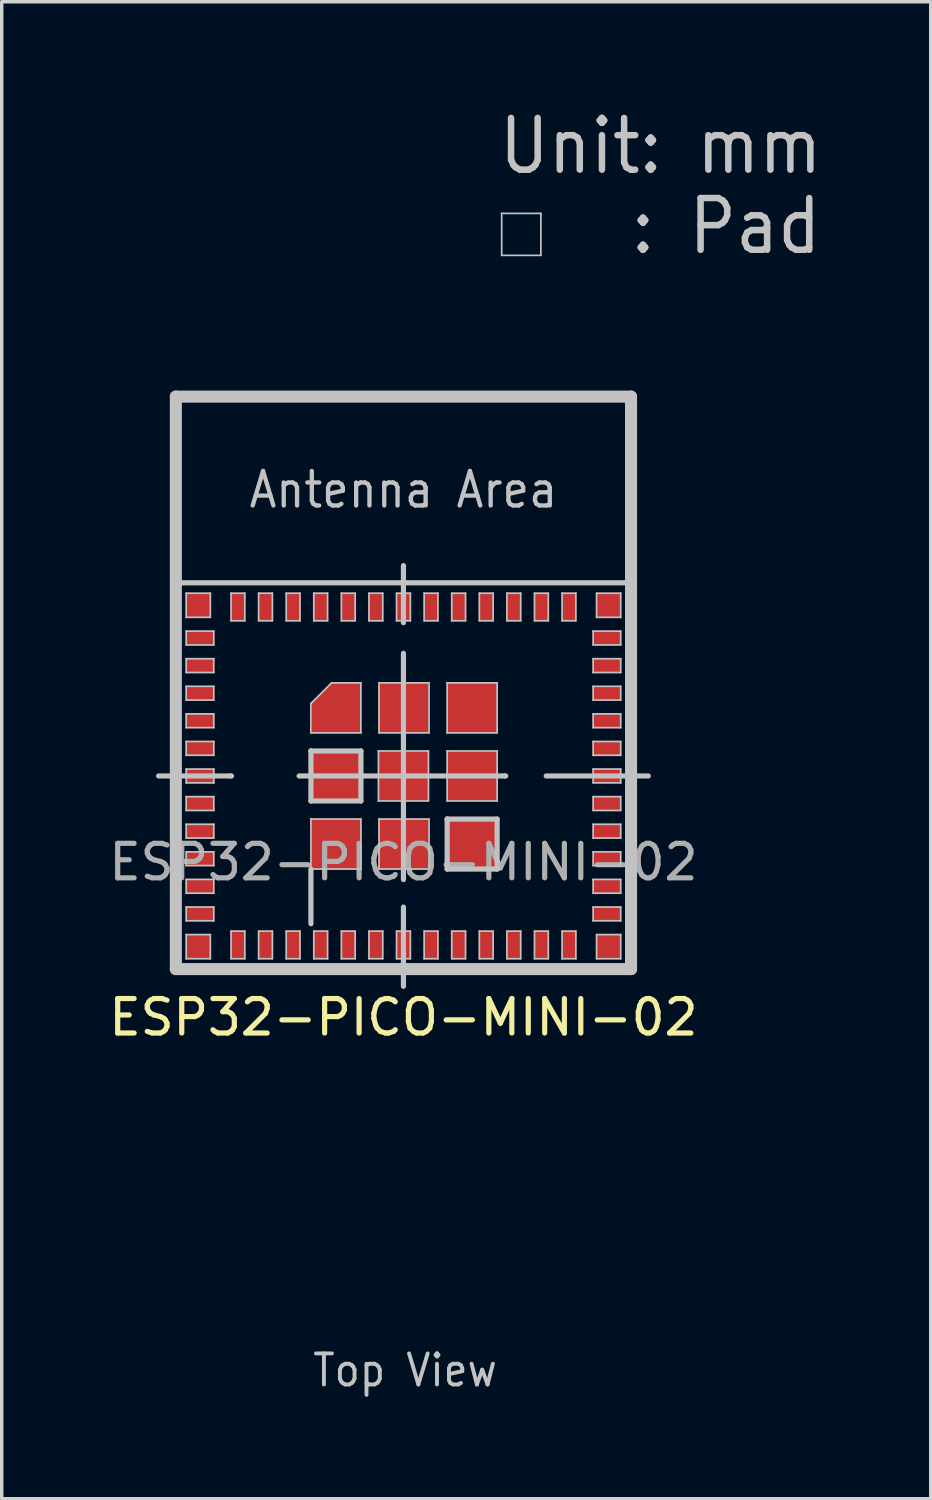
<source format=kicad_pcb>
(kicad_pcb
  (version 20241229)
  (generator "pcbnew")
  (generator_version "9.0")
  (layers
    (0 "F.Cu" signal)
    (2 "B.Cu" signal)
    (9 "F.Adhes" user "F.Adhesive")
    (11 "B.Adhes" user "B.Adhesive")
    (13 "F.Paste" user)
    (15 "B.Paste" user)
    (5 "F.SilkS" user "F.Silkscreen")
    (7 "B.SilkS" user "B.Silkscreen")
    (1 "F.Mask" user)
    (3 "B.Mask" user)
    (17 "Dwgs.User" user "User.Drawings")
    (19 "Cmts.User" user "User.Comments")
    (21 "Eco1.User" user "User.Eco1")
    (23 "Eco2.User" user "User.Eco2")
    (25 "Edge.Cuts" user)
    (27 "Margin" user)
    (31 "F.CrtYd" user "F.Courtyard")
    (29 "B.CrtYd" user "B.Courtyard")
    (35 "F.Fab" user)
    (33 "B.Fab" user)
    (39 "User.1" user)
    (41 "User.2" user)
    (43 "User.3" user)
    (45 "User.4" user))
  (footprint "ESP32-PICO-MINI-02"
    (layer "F.Cu")
    (at 8.649 19.45)
    (property "Reference" "ESP32-PICO-MINI-02" (at 0 7 0) (unlocked yes) (layer "F.SilkS") (effects (font (size 1 1) (thickness 0.15))))
    (fp_rect (start -6.6 -11) (end 6.6 5.6) (stroke (width 0.12) (type solid)) (fill no) (layer "F.SilkS"))
    (fp_rect (start -6.6 -5.6) (end 6.6 5.6) (stroke (width 0.12) (type solid)) (fill no) (layer "F.SilkS"))
    (fp_line (start -7.1 0.001) (end -5.019 0.001) (stroke (width 0.15) (type solid)) (layer "Dwgs.User"))
    (fp_line (start -6.6 -10.999) (end 6.6 -10.999) (stroke (width 0.35) (type solid)) (layer "Dwgs.User"))
    (fp_line (start -6.6 -5.599) (end 6.6 -5.599) (stroke (width 0.15) (type solid)) (layer "Dwgs.User"))
    (fp_line (start -6.6 5.601) (end -6.6 -10.999) (stroke (width 0.35) (type solid)) (layer "Dwgs.User"))
    (fp_line (start -6.6 5.601) (end 6.6 5.601) (stroke (width 0.35) (type solid)) (layer "Dwgs.User"))
    (fp_line (start -6.3 -5.299) (end -5.6 -5.299) (stroke (width 0.05) (type solid)) (layer "Dwgs.User"))
    (fp_line (start -6.3 -4.599) (end -6.3 -5.299) (stroke (width 0.05) (type solid)) (layer "Dwgs.User"))
    (fp_line (start -6.3 -4.199) (end -5.5 -4.199) (stroke (width 0.05) (type solid)) (layer "Dwgs.User"))
    (fp_line (start -6.3 -3.799) (end -6.3 -4.199) (stroke (width 0.05) (type solid)) (layer "Dwgs.User"))
    (fp_line (start -6.3 -3.399) (end -5.5 -3.399) (stroke (width 0.05) (type solid)) (layer "Dwgs.User"))
    (fp_line (start -6.3 -2.999) (end -6.3 -3.399) (stroke (width 0.05) (type solid)) (layer "Dwgs.User"))
    (fp_line (start -6.3 -2.599) (end -5.5 -2.599) (stroke (width 0.05) (type solid)) (layer "Dwgs.User"))
    (fp_line (start -6.3 -2.199) (end -6.3 -2.599) (stroke (width 0.05) (type solid)) (layer "Dwgs.User"))
    (fp_line (start -6.3 -1.799) (end -5.5 -1.799) (stroke (width 0.05) (type solid)) (layer "Dwgs.User"))
    (fp_line (start -6.3 -1.399) (end -6.3 -1.799) (stroke (width 0.05) (type solid)) (layer "Dwgs.User"))
    (fp_line (start -6.3 -0.999) (end -5.5 -0.999) (stroke (width 0.05) (type solid)) (layer "Dwgs.User"))
    (fp_line (start -6.3 -0.599) (end -6.3 -0.999) (stroke (width 0.05) (type solid)) (layer "Dwgs.User"))
    (fp_line (start -6.3 -0.199) (end -5.5 -0.199) (stroke (width 0.05) (type solid)) (layer "Dwgs.User"))
    (fp_line (start -6.3 0.201) (end -6.3 -0.199) (stroke (width 0.05) (type solid)) (layer "Dwgs.User"))
    (fp_line (start -6.3 0.601) (end -5.5 0.601) (stroke (width 0.05) (type solid)) (layer "Dwgs.User"))
    (fp_line (start -6.3 1.001) (end -6.3 0.601) (stroke (width 0.05) (type solid)) (layer "Dwgs.User"))
    (fp_line (start -6.3 1.401) (end -5.5 1.401) (stroke (width 0.05) (type solid)) (layer "Dwgs.User"))
    (fp_line (start -6.3 1.801) (end -6.3 1.401) (stroke (width 0.05) (type solid)) (layer "Dwgs.User"))
    (fp_line (start -6.3 2.201) (end -5.5 2.201) (stroke (width 0.05) (type solid)) (layer "Dwgs.User"))
    (fp_line (start -6.3 2.601) (end -6.3 2.201) (stroke (width 0.05) (type solid)) (layer "Dwgs.User"))
    (fp_line (start -6.3 3.001) (end -5.5 3.001) (stroke (width 0.05) (type solid)) (layer "Dwgs.User"))
    (fp_line (start -6.3 3.401) (end -6.3 3.001) (stroke (width 0.05) (type solid)) (layer "Dwgs.User"))
    (fp_line (start -6.3 3.801) (end -5.5 3.801) (stroke (width 0.05) (type solid)) (layer "Dwgs.User"))
    (fp_line (start -6.3 4.201) (end -6.3 3.801) (stroke (width 0.05) (type solid)) (layer "Dwgs.User"))
    (fp_line (start -6.3 4.601) (end -5.6 4.601) (stroke (width 0.05) (type solid)) (layer "Dwgs.User"))
    (fp_line (start -6.3 5.301) (end -6.3 4.601) (stroke (width 0.05) (type solid)) (layer "Dwgs.User"))
    (fp_line (start -5.6 -5.299) (end -5.6 -4.599) (stroke (width 0.05) (type solid)) (layer "Dwgs.User"))
    (fp_line (start -5.6 -4.599) (end -6.3 -4.599) (stroke (width 0.05) (type solid)) (layer "Dwgs.User"))
    (fp_line (start -5.6 4.601) (end -5.6 5.301) (stroke (width 0.05) (type solid)) (layer "Dwgs.User"))
    (fp_line (start -5.6 5.301) (end -6.3 5.301) (stroke (width 0.05) (type solid)) (layer "Dwgs.User"))
    (fp_line (start -5.5 -4.199) (end -5.5 -3.799) (stroke (width 0.05) (type solid)) (layer "Dwgs.User"))
    (fp_line (start -5.5 -3.799) (end -6.3 -3.799) (stroke (width 0.05) (type solid)) (layer "Dwgs.User"))
    (fp_line (start -5.5 -3.399) (end -5.5 -2.999) (stroke (width 0.05) (type solid)) (layer "Dwgs.User"))
    (fp_line (start -5.5 -2.999) (end -6.3 -2.999) (stroke (width 0.05) (type solid)) (layer "Dwgs.User"))
    (fp_line (start -5.5 -2.599) (end -5.5 -2.199) (stroke (width 0.05) (type solid)) (layer "Dwgs.User"))
    (fp_line (start -5.5 -2.199) (end -6.3 -2.199) (stroke (width 0.05) (type solid)) (layer "Dwgs.User"))
    (fp_line (start -5.5 -1.799) (end -5.5 -1.399) (stroke (width 0.05) (type solid)) (layer "Dwgs.User"))
    (fp_line (start -5.5 -1.399) (end -6.3 -1.399) (stroke (width 0.05) (type solid)) (layer "Dwgs.User"))
    (fp_line (start -5.5 -0.999) (end -5.5 -0.599) (stroke (width 0.05) (type solid)) (layer "Dwgs.User"))
    (fp_line (start -5.5 -0.599) (end -6.3 -0.599) (stroke (width 0.05) (type solid)) (layer "Dwgs.User"))
    (fp_line (start -5.5 -0.199) (end -5.5 0.201) (stroke (width 0.05) (type solid)) (layer "Dwgs.User"))
    (fp_line (start -5.5 0.201) (end -6.3 0.201) (stroke (width 0.05) (type solid)) (layer "Dwgs.User"))
    (fp_line (start -5.5 0.601) (end -5.5 1.001) (stroke (width 0.05) (type solid)) (layer "Dwgs.User"))
    (fp_line (start -5.5 1.001) (end -6.3 1.001) (stroke (width 0.05) (type solid)) (layer "Dwgs.User"))
    (fp_line (start -5.5 1.401) (end -5.5 1.801) (stroke (width 0.05) (type solid)) (layer "Dwgs.User"))
    (fp_line (start -5.5 1.801) (end -6.3 1.801) (stroke (width 0.05) (type solid)) (layer "Dwgs.User"))
    (fp_line (start -5.5 2.201) (end -5.5 2.601) (stroke (width 0.05) (type solid)) (layer "Dwgs.User"))
    (fp_line (start -5.5 2.601) (end -6.3 2.601) (stroke (width 0.05) (type solid)) (layer "Dwgs.User"))
    (fp_line (start -5.5 3.001) (end -5.5 3.401) (stroke (width 0.05) (type solid)) (layer "Dwgs.User"))
    (fp_line (start -5.5 3.401) (end -6.3 3.401) (stroke (width 0.05) (type solid)) (layer "Dwgs.User"))
    (fp_line (start -5.5 3.801) (end -5.5 4.201) (stroke (width 0.05) (type solid)) (layer "Dwgs.User"))
    (fp_line (start -5.5 4.201) (end -6.3 4.201) (stroke (width 0.05) (type solid)) (layer "Dwgs.User"))
    (fp_line (start -5.019 0.001) (end -4.985 0.001) (stroke (width 0.15) (type solid)) (layer "Dwgs.User"))
    (fp_line (start -5 -5.299) (end -5 -4.499) (stroke (width 0.05) (type solid)) (layer "Dwgs.User"))
    (fp_line (start -5 -4.499) (end -4.6 -4.499) (stroke (width 0.05) (type solid)) (layer "Dwgs.User"))
    (fp_line (start -5 4.501) (end -5 5.301) (stroke (width 0.05) (type solid)) (layer "Dwgs.User"))
    (fp_line (start -5 5.301) (end -4.6 5.301) (stroke (width 0.05) (type solid)) (layer "Dwgs.User"))
    (fp_line (start -4.6 -5.299) (end -5 -5.299) (stroke (width 0.05) (type solid)) (layer "Dwgs.User"))
    (fp_line (start -4.6 -4.499) (end -4.6 -5.299) (stroke (width 0.05) (type solid)) (layer "Dwgs.User"))
    (fp_line (start -4.6 4.501) (end -5 4.501) (stroke (width 0.05) (type solid)) (layer "Dwgs.User"))
    (fp_line (start -4.6 5.301) (end -4.6 4.501) (stroke (width 0.05) (type solid)) (layer "Dwgs.User"))
    (fp_line (start -4.2 -5.299) (end -4.2 -4.499) (stroke (width 0.05) (type solid)) (layer "Dwgs.User"))
    (fp_line (start -4.2 -4.499) (end -3.8 -4.499) (stroke (width 0.05) (type solid)) (layer "Dwgs.User"))
    (fp_line (start -4.2 4.501) (end -4.2 5.301) (stroke (width 0.05) (type solid)) (layer "Dwgs.User"))
    (fp_line (start -4.2 5.301) (end -3.8 5.301) (stroke (width 0.05) (type solid)) (layer "Dwgs.User"))
    (fp_line (start -3.8 -5.299) (end -4.2 -5.299) (stroke (width 0.05) (type solid)) (layer "Dwgs.User"))
    (fp_line (start -3.8 -4.499) (end -3.8 -5.299) (stroke (width 0.05) (type solid)) (layer "Dwgs.User"))
    (fp_line (start -3.8 4.501) (end -4.2 4.501) (stroke (width 0.05) (type solid)) (layer "Dwgs.User"))
    (fp_line (start -3.8 5.301) (end -3.8 4.501) (stroke (width 0.05) (type solid)) (layer "Dwgs.User"))
    (fp_line (start -3.4 -5.299) (end -3.4 -4.499) (stroke (width 0.05) (type solid)) (layer "Dwgs.User"))
    (fp_line (start -3.4 -4.499) (end -3 -4.499) (stroke (width 0.05) (type solid)) (layer "Dwgs.User"))
    (fp_line (start -3.4 4.501) (end -3.4 5.301) (stroke (width 0.05) (type solid)) (layer "Dwgs.User"))
    (fp_line (start -3.4 5.301) (end -3 5.301) (stroke (width 0.05) (type solid)) (layer "Dwgs.User"))
    (fp_line (start -3.027 0.001) (end 2.933 0.001) (stroke (width 0.15) (type solid)) (layer "Dwgs.User"))
    (fp_line (start -3 -5.299) (end -3.4 -5.299) (stroke (width 0.05) (type solid)) (layer "Dwgs.User"))
    (fp_line (start -3 -4.499) (end -3 -5.299) (stroke (width 0.05) (type solid)) (layer "Dwgs.User"))
    (fp_line (start -3 4.501) (end -3.4 4.501) (stroke (width 0.05) (type solid)) (layer "Dwgs.User"))
    (fp_line (start -3 5.301) (end -3 4.501) (stroke (width 0.05) (type solid)) (layer "Dwgs.User"))
    (fp_line (start -2.685 -2.099) (end -2.685 -1.249) (stroke (width 0.05) (type solid)) (layer "Dwgs.User"))
    (fp_line (start -2.685 -1.249) (end -1.235 -1.249) (stroke (width 0.05) (type solid)) (layer "Dwgs.User"))
    (fp_line (start -2.683 -0.724) (end -2.683 -0.724) (stroke (width 0.15) (type solid)) (layer "Dwgs.User"))
    (fp_line (start -2.683 -0.724) (end -2.683 0.726) (stroke (width 0.15) (type solid)) (layer "Dwgs.User"))
    (fp_line (start -2.683 0.726) (end -1.233 0.726) (stroke (width 0.15) (type solid)) (layer "Dwgs.User"))
    (fp_line (start -2.683 1.251) (end -2.683 1.251) (stroke (width 0.05) (type solid)) (layer "Dwgs.User"))
    (fp_line (start -2.683 1.251) (end -2.683 2.701) (stroke (width 0.05) (type solid)) (layer "Dwgs.User"))
    (fp_line (start -2.683 2.701) (end -2.683 4.287) (stroke (width 0.15) (type solid)) (layer "Dwgs.User"))
    (fp_line (start -2.683 2.701) (end -1.233 2.701) (stroke (width 0.05) (type solid)) (layer "Dwgs.User"))
    (fp_line (start -2.6 -5.299) (end -2.6 -4.499) (stroke (width 0.05) (type solid)) (layer "Dwgs.User"))
    (fp_line (start -2.6 -4.499) (end -2.2 -4.499) (stroke (width 0.05) (type solid)) (layer "Dwgs.User"))
    (fp_line (start -2.6 4.501) (end -2.6 5.301) (stroke (width 0.05) (type solid)) (layer "Dwgs.User"))
    (fp_line (start -2.6 5.301) (end -2.2 5.301) (stroke (width 0.05) (type solid)) (layer "Dwgs.User"))
    (fp_line (start -2.2 -5.299) (end -2.6 -5.299) (stroke (width 0.05) (type solid)) (layer "Dwgs.User"))
    (fp_line (start -2.2 -4.499) (end -2.2 -5.299) (stroke (width 0.05) (type solid)) (layer "Dwgs.User"))
    (fp_line (start -2.2 4.501) (end -2.6 4.501) (stroke (width 0.05) (type solid)) (layer "Dwgs.User"))
    (fp_line (start -2.2 5.301) (end -2.2 4.501) (stroke (width 0.05) (type solid)) (layer "Dwgs.User"))
    (fp_line (start -2.085 -2.699) (end -2.685 -2.099) (stroke (width 0.05) (type solid)) (layer "Dwgs.User"))
    (fp_line (start -1.8 -5.299) (end -1.8 -4.499) (stroke (width 0.05) (type solid)) (layer "Dwgs.User"))
    (fp_line (start -1.8 -4.499) (end -1.4 -4.499) (stroke (width 0.05) (type solid)) (layer "Dwgs.User"))
    (fp_line (start -1.8 4.501) (end -1.8 5.301) (stroke (width 0.05) (type solid)) (layer "Dwgs.User"))
    (fp_line (start -1.8 5.301) (end -1.4 5.301) (stroke (width 0.05) (type solid)) (layer "Dwgs.User"))
    (fp_line (start -1.4 -5.299) (end -1.8 -5.299) (stroke (width 0.05) (type solid)) (layer "Dwgs.User"))
    (fp_line (start -1.4 -4.499) (end -1.4 -5.299) (stroke (width 0.05) (type solid)) (layer "Dwgs.User"))
    (fp_line (start -1.4 4.501) (end -1.8 4.501) (stroke (width 0.05) (type solid)) (layer "Dwgs.User"))
    (fp_line (start -1.4 5.301) (end -1.4 4.501) (stroke (width 0.05) (type solid)) (layer "Dwgs.User"))
    (fp_line (start -1.235 -2.699) (end -2.085 -2.699) (stroke (width 0.05) (type solid)) (layer "Dwgs.User"))
    (fp_line (start -1.235 -1.249) (end -1.235 -2.699) (stroke (width 0.05) (type solid)) (layer "Dwgs.User"))
    (fp_line (start -1.233 -0.724) (end -2.683 -0.724) (stroke (width 0.15) (type solid)) (layer "Dwgs.User"))
    (fp_line (start -1.233 0.726) (end -1.233 -0.724) (stroke (width 0.15) (type solid)) (layer "Dwgs.User"))
    (fp_line (start -1.233 1.251) (end -2.683 1.251) (stroke (width 0.05) (type solid)) (layer "Dwgs.User"))
    (fp_line (start -1.233 2.701) (end -1.233 1.251) (stroke (width 0.05) (type solid)) (layer "Dwgs.User"))
    (fp_line (start -1 -5.299) (end -1 -4.499) (stroke (width 0.05) (type solid)) (layer "Dwgs.User"))
    (fp_line (start -1 -4.499) (end -0.6 -4.499) (stroke (width 0.05) (type solid)) (layer "Dwgs.User"))
    (fp_line (start -1 4.501) (end -1 5.301) (stroke (width 0.05) (type solid)) (layer "Dwgs.User"))
    (fp_line (start -1 5.301) (end -0.6 5.301) (stroke (width 0.05) (type solid)) (layer "Dwgs.User"))
    (fp_line (start -0.725 -0.724) (end -0.725 -0.724) (stroke (width 0.05) (type solid)) (layer "Dwgs.User"))
    (fp_line (start -0.725 -0.724) (end -0.725 0.726) (stroke (width 0.05) (type solid)) (layer "Dwgs.User"))
    (fp_line (start -0.725 0.726) (end 0.725 0.726) (stroke (width 0.05) (type solid)) (layer "Dwgs.User"))
    (fp_line (start -0.708 -2.699) (end -0.708 -2.699) (stroke (width 0.05) (type solid)) (layer "Dwgs.User"))
    (fp_line (start -0.708 -2.699) (end -0.708 -1.249) (stroke (width 0.05) (type solid)) (layer "Dwgs.User"))
    (fp_line (start -0.708 -1.249) (end 0.742 -1.249) (stroke (width 0.05) (type solid)) (layer "Dwgs.User"))
    (fp_line (start -0.708 1.251) (end -0.708 1.251) (stroke (width 0.05) (type solid)) (layer "Dwgs.User"))
    (fp_line (start -0.708 1.251) (end -0.708 2.701) (stroke (width 0.05) (type solid)) (layer "Dwgs.User"))
    (fp_line (start -0.708 2.701) (end 0.742 2.701) (stroke (width 0.05) (type solid)) (layer "Dwgs.User"))
    (fp_line (start -0.6 -5.299) (end -1 -5.299) (stroke (width 0.05) (type solid)) (layer "Dwgs.User"))
    (fp_line (start -0.6 -4.499) (end -0.6 -5.299) (stroke (width 0.05) (type solid)) (layer "Dwgs.User"))
    (fp_line (start -0.6 4.501) (end -1 4.501) (stroke (width 0.05) (type solid)) (layer "Dwgs.User"))
    (fp_line (start -0.6 5.301) (end -0.6 4.501) (stroke (width 0.05) (type solid)) (layer "Dwgs.User"))
    (fp_line (start -0.2 -5.299) (end -0.2 -4.499) (stroke (width 0.05) (type solid)) (layer "Dwgs.User"))
    (fp_line (start -0.2 -4.499) (end 0.2 -4.499) (stroke (width 0.05) (type solid)) (layer "Dwgs.User"))
    (fp_line (start -0.2 4.501) (end -0.2 5.301) (stroke (width 0.05) (type solid)) (layer "Dwgs.User"))
    (fp_line (start -0.2 5.301) (end 0.2 5.301) (stroke (width 0.05) (type solid)) (layer "Dwgs.User"))
    (fp_line (start 0 -4.444) (end 0 -6.099) (stroke (width 0.15) (type solid)) (layer "Dwgs.User"))
    (fp_line (start 0 3.005) (end 0 -3.556) (stroke (width 0.15) (type solid)) (layer "Dwgs.User"))
    (fp_line (start 0 6.101) (end 0 3.803) (stroke (width 0.15) (type solid)) (layer "Dwgs.User"))
    (fp_line (start 0.2 -5.299) (end -0.2 -5.299) (stroke (width 0.05) (type solid)) (layer "Dwgs.User"))
    (fp_line (start 0.2 -4.499) (end 0.2 -5.299) (stroke (width 0.05) (type solid)) (layer "Dwgs.User"))
    (fp_line (start 0.2 4.501) (end -0.2 4.501) (stroke (width 0.05) (type solid)) (layer "Dwgs.User"))
    (fp_line (start 0.2 5.301) (end 0.2 4.501) (stroke (width 0.05) (type solid)) (layer "Dwgs.User"))
    (fp_line (start 0.6 -5.299) (end 0.6 -4.499) (stroke (width 0.05) (type solid)) (layer "Dwgs.User"))
    (fp_line (start 0.6 -4.499) (end 1 -4.499) (stroke (width 0.05) (type solid)) (layer "Dwgs.User"))
    (fp_line (start 0.6 4.501) (end 0.6 5.301) (stroke (width 0.05) (type solid)) (layer "Dwgs.User"))
    (fp_line (start 0.6 5.301) (end 1 5.301) (stroke (width 0.05) (type solid)) (layer "Dwgs.User"))
    (fp_line (start 0.725 -0.724) (end -0.725 -0.724) (stroke (width 0.05) (type solid)) (layer "Dwgs.User"))
    (fp_line (start 0.725 0.726) (end 0.725 -0.724) (stroke (width 0.05) (type solid)) (layer "Dwgs.User"))
    (fp_line (start 0.742 -2.699) (end -0.708 -2.699) (stroke (width 0.05) (type solid)) (layer "Dwgs.User"))
    (fp_line (start 0.742 -1.249) (end 0.742 -2.699) (stroke (width 0.05) (type solid)) (layer "Dwgs.User"))
    (fp_line (start 0.742 1.251) (end -0.708 1.251) (stroke (width 0.05) (type solid)) (layer "Dwgs.User"))
    (fp_line (start 0.742 2.701) (end 0.742 1.251) (stroke (width 0.05) (type solid)) (layer "Dwgs.User"))
    (fp_line (start 1 -5.299) (end 0.6 -5.299) (stroke (width 0.05) (type solid)) (layer "Dwgs.User"))
    (fp_line (start 1 -4.499) (end 1 -5.299) (stroke (width 0.05) (type solid)) (layer "Dwgs.User"))
    (fp_line (start 1 4.501) (end 0.6 4.501) (stroke (width 0.05) (type solid)) (layer "Dwgs.User"))
    (fp_line (start 1 5.301) (end 1 4.501) (stroke (width 0.05) (type solid)) (layer "Dwgs.User"))
    (fp_line (start 1.267 -2.699) (end 1.267 -2.699) (stroke (width 0.05) (type solid)) (layer "Dwgs.User"))
    (fp_line (start 1.267 -2.699) (end 1.267 -1.249) (stroke (width 0.05) (type solid)) (layer "Dwgs.User"))
    (fp_line (start 1.267 -1.249) (end 2.717 -1.249) (stroke (width 0.05) (type solid)) (layer "Dwgs.User"))
    (fp_line (start 1.267 -0.724) (end 1.267 -0.724) (stroke (width 0.05) (type solid)) (layer "Dwgs.User"))
    (fp_line (start 1.267 -0.724) (end 1.267 0.726) (stroke (width 0.05) (type solid)) (layer "Dwgs.User"))
    (fp_line (start 1.267 0.726) (end 2.717 0.726) (stroke (width 0.05) (type solid)) (layer "Dwgs.User"))
    (fp_line (start 1.267 1.251) (end 1.267 1.251) (stroke (width 0.15) (type solid)) (layer "Dwgs.User"))
    (fp_line (start 1.267 1.251) (end 1.267 2.701) (stroke (width 0.15) (type solid)) (layer "Dwgs.User"))
    (fp_line (start 1.267 2.701) (end 2.717 2.701) (stroke (width 0.15) (type solid)) (layer "Dwgs.User"))
    (fp_line (start 1.4 -5.299) (end 1.4 -4.499) (stroke (width 0.05) (type solid)) (layer "Dwgs.User"))
    (fp_line (start 1.4 -4.499) (end 1.8 -4.499) (stroke (width 0.05) (type solid)) (layer "Dwgs.User"))
    (fp_line (start 1.4 4.501) (end 1.4 5.301) (stroke (width 0.05) (type solid)) (layer "Dwgs.User"))
    (fp_line (start 1.4 5.301) (end 1.8 5.301) (stroke (width 0.05) (type solid)) (layer "Dwgs.User"))
    (fp_line (start 1.8 -5.299) (end 1.4 -5.299) (stroke (width 0.05) (type solid)) (layer "Dwgs.User"))
    (fp_line (start 1.8 -4.499) (end 1.8 -5.299) (stroke (width 0.05) (type solid)) (layer "Dwgs.User"))
    (fp_line (start 1.8 4.501) (end 1.4 4.501) (stroke (width 0.05) (type solid)) (layer "Dwgs.User"))
    (fp_line (start 1.8 5.301) (end 1.8 4.501) (stroke (width 0.05) (type solid)) (layer "Dwgs.User"))
    (fp_line (start 2.2 -5.299) (end 2.2 -4.499) (stroke (width 0.05) (type solid)) (layer "Dwgs.User"))
    (fp_line (start 2.2 -4.499) (end 2.6 -4.499) (stroke (width 0.05) (type solid)) (layer "Dwgs.User"))
    (fp_line (start 2.2 4.501) (end 2.2 5.301) (stroke (width 0.05) (type solid)) (layer "Dwgs.User"))
    (fp_line (start 2.2 5.301) (end 2.6 5.301) (stroke (width 0.05) (type solid)) (layer "Dwgs.User"))
    (fp_line (start 2.6 -5.299) (end 2.2 -5.299) (stroke (width 0.05) (type solid)) (layer "Dwgs.User"))
    (fp_line (start 2.6 -4.499) (end 2.6 -5.299) (stroke (width 0.05) (type solid)) (layer "Dwgs.User"))
    (fp_line (start 2.6 4.501) (end 2.2 4.501) (stroke (width 0.05) (type solid)) (layer "Dwgs.User"))
    (fp_line (start 2.6 5.301) (end 2.6 4.501) (stroke (width 0.05) (type solid)) (layer "Dwgs.User"))
    (fp_line (start 2.717 -2.699) (end 1.267 -2.699) (stroke (width 0.05) (type solid)) (layer "Dwgs.User"))
    (fp_line (start 2.717 -1.249) (end 2.717 -2.699) (stroke (width 0.05) (type solid)) (layer "Dwgs.User"))
    (fp_line (start 2.717 -0.724) (end 1.267 -0.724) (stroke (width 0.05) (type solid)) (layer "Dwgs.User"))
    (fp_line (start 2.717 0.726) (end 2.717 -0.724) (stroke (width 0.05) (type solid)) (layer "Dwgs.User"))
    (fp_line (start 2.717 1.251) (end 1.267 1.251) (stroke (width 0.15) (type solid)) (layer "Dwgs.User"))
    (fp_line (start 2.717 2.701) (end 2.717 1.251) (stroke (width 0.15) (type solid)) (layer "Dwgs.User"))
    (fp_line (start 2.849 -16.312) (end 3.985 -16.312) (stroke (width 0.05) (type solid)) (layer "Dwgs.User"))
    (fp_line (start 2.849 -15.095) (end 2.849 -16.312) (stroke (width 0.05) (type solid)) (layer "Dwgs.User"))
    (fp_line (start 2.933 0.001) (end 2.967 0.001) (stroke (width 0.15) (type solid)) (layer "Dwgs.User"))
    (fp_line (start 3 -5.299) (end 3 -4.499) (stroke (width 0.05) (type solid)) (layer "Dwgs.User"))
    (fp_line (start 3 -4.499) (end 3.4 -4.499) (stroke (width 0.05) (type solid)) (layer "Dwgs.User"))
    (fp_line (start 3 4.501) (end 3 5.301) (stroke (width 0.05) (type solid)) (layer "Dwgs.User"))
    (fp_line (start 3 5.301) (end 3.4 5.301) (stroke (width 0.05) (type solid)) (layer "Dwgs.User"))
    (fp_line (start 3.4 -5.299) (end 3 -5.299) (stroke (width 0.05) (type solid)) (layer "Dwgs.User"))
    (fp_line (start 3.4 -4.499) (end 3.4 -5.299) (stroke (width 0.05) (type solid)) (layer "Dwgs.User"))
    (fp_line (start 3.4 4.501) (end 3 4.501) (stroke (width 0.05) (type solid)) (layer "Dwgs.User"))
    (fp_line (start 3.4 5.301) (end 3.4 4.501) (stroke (width 0.05) (type solid)) (layer "Dwgs.User"))
    (fp_line (start 3.8 -5.299) (end 3.8 -4.499) (stroke (width 0.05) (type solid)) (layer "Dwgs.User"))
    (fp_line (start 3.8 -4.499) (end 4.2 -4.499) (stroke (width 0.05) (type solid)) (layer "Dwgs.User"))
    (fp_line (start 3.8 4.501) (end 3.8 5.301) (stroke (width 0.05) (type solid)) (layer "Dwgs.User"))
    (fp_line (start 3.8 5.301) (end 4.2 5.301) (stroke (width 0.05) (type solid)) (layer "Dwgs.User"))
    (fp_line (start 3.985 -16.312) (end 3.985 -15.095) (stroke (width 0.05) (type solid)) (layer "Dwgs.User"))
    (fp_line (start 3.985 -15.095) (end 2.849 -15.095) (stroke (width 0.05) (type solid)) (layer "Dwgs.User"))
    (fp_line (start 4.14 0.001) (end 7.1 0.001) (stroke (width 0.15) (type solid)) (layer "Dwgs.User"))
    (fp_line (start 4.2 -5.299) (end 3.8 -5.299) (stroke (width 0.05) (type solid)) (layer "Dwgs.User"))
    (fp_line (start 4.2 -4.499) (end 4.2 -5.299) (stroke (width 0.05) (type solid)) (layer "Dwgs.User"))
    (fp_line (start 4.2 4.501) (end 3.8 4.501) (stroke (width 0.05) (type solid)) (layer "Dwgs.User"))
    (fp_line (start 4.2 5.301) (end 4.2 4.501) (stroke (width 0.05) (type solid)) (layer "Dwgs.User"))
    (fp_line (start 4.6 -5.299) (end 4.6 -4.499) (stroke (width 0.05) (type solid)) (layer "Dwgs.User"))
    (fp_line (start 4.6 -4.499) (end 5 -4.499) (stroke (width 0.05) (type solid)) (layer "Dwgs.User"))
    (fp_line (start 4.6 4.501) (end 4.6 5.301) (stroke (width 0.05) (type solid)) (layer "Dwgs.User"))
    (fp_line (start 4.6 5.301) (end 5 5.301) (stroke (width 0.05) (type solid)) (layer "Dwgs.User"))
    (fp_line (start 5 -5.299) (end 4.6 -5.299) (stroke (width 0.05) (type solid)) (layer "Dwgs.User"))
    (fp_line (start 5 -4.499) (end 5 -5.299) (stroke (width 0.05) (type solid)) (layer "Dwgs.User"))
    (fp_line (start 5 4.501) (end 4.6 4.501) (stroke (width 0.05) (type solid)) (layer "Dwgs.User"))
    (fp_line (start 5 5.301) (end 5 4.501) (stroke (width 0.05) (type solid)) (layer "Dwgs.User"))
    (fp_line (start 5.5 -4.199) (end 6.3 -4.199) (stroke (width 0.05) (type solid)) (layer "Dwgs.User"))
    (fp_line (start 5.5 -3.799) (end 5.5 -4.199) (stroke (width 0.05) (type solid)) (layer "Dwgs.User"))
    (fp_line (start 5.5 -3.399) (end 6.3 -3.399) (stroke (width 0.05) (type solid)) (layer "Dwgs.User"))
    (fp_line (start 5.5 -2.999) (end 5.5 -3.399) (stroke (width 0.05) (type solid)) (layer "Dwgs.User"))
    (fp_line (start 5.5 -2.599) (end 6.3 -2.599) (stroke (width 0.05) (type solid)) (layer "Dwgs.User"))
    (fp_line (start 5.5 -2.199) (end 5.5 -2.599) (stroke (width 0.05) (type solid)) (layer "Dwgs.User"))
    (fp_line (start 5.5 -1.799) (end 6.3 -1.799) (stroke (width 0.05) (type solid)) (layer "Dwgs.User"))
    (fp_line (start 5.5 -1.399) (end 5.5 -1.799) (stroke (width 0.05) (type solid)) (layer "Dwgs.User"))
    (fp_line (start 5.5 -0.999) (end 6.3 -0.999) (stroke (width 0.05) (type solid)) (layer "Dwgs.User"))
    (fp_line (start 5.5 -0.599) (end 5.5 -0.999) (stroke (width 0.05) (type solid)) (layer "Dwgs.User"))
    (fp_line (start 5.5 -0.199) (end 6.3 -0.199) (stroke (width 0.05) (type solid)) (layer "Dwgs.User"))
    (fp_line (start 5.5 0.201) (end 5.5 -0.199) (stroke (width 0.05) (type solid)) (layer "Dwgs.User"))
    (fp_line (start 5.5 0.601) (end 6.3 0.601) (stroke (width 0.05) (type solid)) (layer "Dwgs.User"))
    (fp_line (start 5.5 1.001) (end 5.5 0.601) (stroke (width 0.05) (type solid)) (layer "Dwgs.User"))
    (fp_line (start 5.5 1.401) (end 6.3 1.401) (stroke (width 0.05) (type solid)) (layer "Dwgs.User"))
    (fp_line (start 5.5 1.801) (end 5.5 1.401) (stroke (width 0.05) (type solid)) (layer "Dwgs.User"))
    (fp_line (start 5.5 2.201) (end 6.3 2.201) (stroke (width 0.05) (type solid)) (layer "Dwgs.User"))
    (fp_line (start 5.5 2.601) (end 5.5 2.201) (stroke (width 0.05) (type solid)) (layer "Dwgs.User"))
    (fp_line (start 5.5 3.001) (end 6.3 3.001) (stroke (width 0.05) (type solid)) (layer "Dwgs.User"))
    (fp_line (start 5.5 3.401) (end 5.5 3.001) (stroke (width 0.05) (type solid)) (layer "Dwgs.User"))
    (fp_line (start 5.5 3.801) (end 6.3 3.801) (stroke (width 0.05) (type solid)) (layer "Dwgs.User"))
    (fp_line (start 5.5 4.201) (end 5.5 3.801) (stroke (width 0.05) (type solid)) (layer "Dwgs.User"))
    (fp_line (start 5.6 -5.299) (end 6.3 -5.299) (stroke (width 0.05) (type solid)) (layer "Dwgs.User"))
    (fp_line (start 5.6 -4.599) (end 5.6 -5.299) (stroke (width 0.05) (type solid)) (layer "Dwgs.User"))
    (fp_line (start 5.6 4.601) (end 6.3 4.601) (stroke (width 0.05) (type solid)) (layer "Dwgs.User"))
    (fp_line (start 5.6 5.301) (end 5.6 4.601) (stroke (width 0.05) (type solid)) (layer "Dwgs.User"))
    (fp_line (start 6.3 -5.299) (end 6.3 -4.599) (stroke (width 0.05) (type solid)) (layer "Dwgs.User"))
    (fp_line (start 6.3 -4.599) (end 5.6 -4.599) (stroke (width 0.05) (type solid)) (layer "Dwgs.User"))
    (fp_line (start 6.3 -4.199) (end 6.3 -3.799) (stroke (width 0.05) (type solid)) (layer "Dwgs.User"))
    (fp_line (start 6.3 -3.799) (end 5.5 -3.799) (stroke (width 0.05) (type solid)) (layer "Dwgs.User"))
    (fp_line (start 6.3 -3.399) (end 6.3 -2.999) (stroke (width 0.05) (type solid)) (layer "Dwgs.User"))
    (fp_line (start 6.3 -2.999) (end 5.5 -2.999) (stroke (width 0.05) (type solid)) (layer "Dwgs.User"))
    (fp_line (start 6.3 -2.599) (end 6.3 -2.199) (stroke (width 0.05) (type solid)) (layer "Dwgs.User"))
    (fp_line (start 6.3 -2.199) (end 5.5 -2.199) (stroke (width 0.05) (type solid)) (layer "Dwgs.User"))
    (fp_line (start 6.3 -1.799) (end 6.3 -1.399) (stroke (width 0.05) (type solid)) (layer "Dwgs.User"))
    (fp_line (start 6.3 -1.399) (end 5.5 -1.399) (stroke (width 0.05) (type solid)) (layer "Dwgs.User"))
    (fp_line (start 6.3 -0.999) (end 6.3 -0.599) (stroke (width 0.05) (type solid)) (layer "Dwgs.User"))
    (fp_line (start 6.3 -0.599) (end 5.5 -0.599) (stroke (width 0.05) (type solid)) (layer "Dwgs.User"))
    (fp_line (start 6.3 -0.199) (end 6.3 0.201) (stroke (width 0.05) (type solid)) (layer "Dwgs.User"))
    (fp_line (start 6.3 0.201) (end 5.5 0.201) (stroke (width 0.05) (type solid)) (layer "Dwgs.User"))
    (fp_line (start 6.3 0.601) (end 6.3 1.001) (stroke (width 0.05) (type solid)) (layer "Dwgs.User"))
    (fp_line (start 6.3 1.001) (end 5.5 1.001) (stroke (width 0.05) (type solid)) (layer "Dwgs.User"))
    (fp_line (start 6.3 1.401) (end 6.3 1.801) (stroke (width 0.05) (type solid)) (layer "Dwgs.User"))
    (fp_line (start 6.3 1.801) (end 5.5 1.801) (stroke (width 0.05) (type solid)) (layer "Dwgs.User"))
    (fp_line (start 6.3 2.201) (end 6.3 2.601) (stroke (width 0.05) (type solid)) (layer "Dwgs.User"))
    (fp_line (start 6.3 2.601) (end 5.5 2.601) (stroke (width 0.05) (type solid)) (layer "Dwgs.User"))
    (fp_line (start 6.3 3.001) (end 6.3 3.401) (stroke (width 0.05) (type solid)) (layer "Dwgs.User"))
    (fp_line (start 6.3 3.401) (end 5.5 3.401) (stroke (width 0.05) (type solid)) (layer "Dwgs.User"))
    (fp_line (start 6.3 3.801) (end 6.3 4.201) (stroke (width 0.05) (type solid)) (layer "Dwgs.User"))
    (fp_line (start 6.3 4.201) (end 5.5 4.201) (stroke (width 0.05) (type solid)) (layer "Dwgs.User"))
    (fp_line (start 6.3 4.601) (end 6.3 5.301) (stroke (width 0.05) (type solid)) (layer "Dwgs.User"))
    (fp_line (start 6.3 5.301) (end 5.6 5.301) (stroke (width 0.05) (type solid)) (layer "Dwgs.User"))
    (fp_line (start 6.6 5.601) (end 6.6 -10.999) (stroke (width 0.35) (type solid)) (layer "Dwgs.User"))
    (fp_text user "Antenna Area" (at 0 -8.299 0) (layer "Dwgs.User") (effects (font (size 1 0.9) (thickness 0.125))))
    (fp_text user "Unit: mm" (at 2.675 -17.387 0) (layer "Dwgs.User") (effects (font (size 1.5 1.35) (thickness 0.188)) (justify left bottom)))
    (fp_text user ": Pad" (at 6.5 -15.064 0) (layer "Dwgs.User") (effects (font (size 1.5 1.35) (thickness 0.188)) (justify left bottom)))
    (fp_text user "Top View" (at 0.047 17.235 0) (layer "Dwgs.User") (effects (font (size 0.9 0.81) (thickness 0.113))))
    (fp_text user "${REFERENCE}" (at 0 2.5 0) (unlocked yes) (layer "F.Fab") (effects (font (size 1 1) (thickness 0.15))))
    (pad "1" smd rect (at -5.9 -4) (size 0.8 0.4) (layers "F.Cu" "F.Mask" "F.Paste"))
    (pad "2" smd rect (at -5.9 -3.2) (size 0.8 0.4) (layers "F.Cu" "F.Mask" "F.Paste"))
    (pad "3" smd rect (at -5.9 -2.4) (size 0.8 0.4) (layers "F.Cu" "F.Mask" "F.Paste"))
    (pad "4" smd rect (at -5.9 -1.6) (size 0.8 0.4) (layers "F.Cu" "F.Mask" "F.Paste"))
    (pad "5" smd rect (at -5.9 -0.8) (size 0.8 0.4) (layers "F.Cu" "F.Mask" "F.Paste"))
    (pad "6" smd rect (at -5.9 0) (size 0.8 0.4) (layers "F.Cu" "F.Mask" "F.Paste"))
    (pad "7" smd rect (at -5.9 0.8) (size 0.8 0.4) (layers "F.Cu" "F.Mask" "F.Paste"))
    (pad "8" smd rect (at -5.9 1.6) (size 0.8 0.4) (layers "F.Cu" "F.Mask" "F.Paste"))
    (pad "9" smd rect (at -5.9 2.4) (size 0.8 0.4) (layers "F.Cu" "F.Mask" "F.Paste"))
    (pad "10" smd rect (at -5.9 3.2) (size 0.8 0.4) (layers "F.Cu" "F.Mask" "F.Paste"))
    (pad "11" smd rect (at -5.9 4) (size 0.8 0.4) (layers "F.Cu" "F.Mask" "F.Paste"))
    (pad "12" smd rect (at -4.8 4.9 90) (size 0.8 0.4) (layers "F.Cu" "F.Mask" "F.Paste"))
    (pad "13" smd rect (at -4 4.9 90) (size 0.8 0.4) (layers "F.Cu" "F.Mask" "F.Paste"))
    (pad "14" smd rect (at -3.2 4.9 90) (size 0.8 0.4) (layers "F.Cu" "F.Mask" "F.Paste"))
    (pad "15" smd rect (at -2.4 4.9 90) (size 0.8 0.4) (layers "F.Cu" "F.Mask" "F.Paste"))
    (pad "16" smd rect (at -1.6 4.9 90) (size 0.8 0.4) (layers "F.Cu" "F.Mask" "F.Paste"))
    (pad "17" smd rect (at -0.8 4.9 90) (size 0.8 0.4) (layers "F.Cu" "F.Mask" "F.Paste"))
    (pad "18" smd rect (at 0 4.9 90) (size 0.8 0.4) (layers "F.Cu" "F.Mask" "F.Paste"))
    (pad "19" smd rect (at 0.8 4.9 90) (size 0.8 0.4) (layers "F.Cu" "F.Mask" "F.Paste"))
    (pad "20" smd rect (at 1.6 4.9 90) (size 0.8 0.4) (layers "F.Cu" "F.Mask" "F.Paste"))
    (pad "21" smd rect (at 2.4 4.9 90) (size 0.8 0.4) (layers "F.Cu" "F.Mask" "F.Paste"))
    (pad "22" smd rect (at 3.2 4.9 90) (size 0.8 0.4) (layers "F.Cu" "F.Mask" "F.Paste"))
    (pad "23" smd rect (at 4 4.9 90) (size 0.8 0.4) (layers "F.Cu" "F.Mask" "F.Paste"))
    (pad "24" smd rect (at 4.8 4.9 90) (size 0.8 0.4) (layers "F.Cu" "F.Mask" "F.Paste"))
    (pad "25" smd rect (at 5.9 4 180) (size 0.8 0.4) (layers "F.Cu" "F.Mask" "F.Paste"))
    (pad "26" smd rect (at 5.9 3.2 180) (size 0.8 0.4) (layers "F.Cu" "F.Mask" "F.Paste"))
    (pad "27" smd rect (at 5.9 2.4 180) (size 0.8 0.4) (layers "F.Cu" "F.Mask" "F.Paste"))
    (pad "28" smd rect (at 5.9 1.6 180) (size 0.8 0.4) (layers "F.Cu" "F.Mask" "F.Paste"))
    (pad "29" smd rect (at 5.9 0.8 180) (size 0.8 0.4) (layers "F.Cu" "F.Mask" "F.Paste"))
    (pad "30" smd rect (at 5.9 0 180) (size 0.8 0.4) (layers "F.Cu" "F.Mask" "F.Paste"))
    (pad "31" smd rect (at 5.9 -0.8 180) (size 0.8 0.4) (layers "F.Cu" "F.Mask" "F.Paste"))
    (pad "32" smd rect (at 5.9 -1.6 180) (size 0.8 0.4) (layers "F.Cu" "F.Mask" "F.Paste"))
    (pad "33" smd rect (at 5.9 -2.4 180) (size 0.8 0.4) (layers "F.Cu" "F.Mask" "F.Paste"))
    (pad "34" smd rect (at 5.9 -3.2 180) (size 0.8 0.4) (layers "F.Cu" "F.Mask" "F.Paste"))
    (pad "35" smd rect (at 5.9 -4 180) (size 0.8 0.4) (layers "F.Cu" "F.Mask" "F.Paste"))
    (pad "36" smd rect (at 4.8 -4.9 270) (size 0.8 0.4) (layers "F.Cu" "F.Mask" "F.Paste"))
    (pad "37" smd rect (at 4 -4.9 270) (size 0.8 0.4) (layers "F.Cu" "F.Mask" "F.Paste"))
    (pad "38" smd rect (at 3.2 -4.9 270) (size 0.8 0.4) (layers "F.Cu" "F.Mask" "F.Paste"))
    (pad "39" smd rect (at 2.4 -4.9 270) (size 0.8 0.4) (layers "F.Cu" "F.Mask" "F.Paste"))
    (pad "40" smd rect (at 1.6 -4.9 270) (size 0.8 0.4) (layers "F.Cu" "F.Mask" "F.Paste"))
    (pad "41" smd rect (at 0.8 -4.9 270) (size 0.8 0.4) (layers "F.Cu" "F.Mask" "F.Paste"))
    (pad "42" smd rect (at 0 -4.9 270) (size 0.8 0.4) (layers "F.Cu" "F.Mask" "F.Paste"))
    (pad "43" smd rect (at -0.8 -4.9 270) (size 0.8 0.4) (layers "F.Cu" "F.Mask" "F.Paste"))
    (pad "44" smd rect (at -1.6 -4.9 270) (size 0.8 0.4) (layers "F.Cu" "F.Mask" "F.Paste"))
    (pad "45" smd rect (at -2.4 -4.9 270) (size 0.8 0.4) (layers "F.Cu" "F.Mask" "F.Paste"))
    (pad "46" smd rect (at -3.2 -4.9 270) (size 0.8 0.4) (layers "F.Cu" "F.Mask" "F.Paste"))
    (pad "47" smd rect (at -4 -4.9 270) (size 0.8 0.4) (layers "F.Cu" "F.Mask" "F.Paste"))
    (pad "48" smd rect (at -4.8 -4.9 270) (size 0.8 0.4) (layers "F.Cu" "F.Mask" "F.Paste"))
    (pad "49" smd roundrect (at -1.95 -1.975) (size 1.45 1.45) (layers "F.Cu" "F.Mask" "F.Paste") (roundrect_rratio 0) (chamfer_ratio 0.4) (chamfer top_left))
    (pad "49" smd rect (at -1.95 0 270) (size 1.45 1.45) (layers "F.Cu" "F.Mask" "F.Paste"))
    (pad "49" smd rect (at -1.95 1.975 270) (size 1.45 1.45) (layers "F.Cu" "F.Mask" "F.Paste"))
    (pad "49" smd rect (at 0 -1.975 270) (size 1.45 1.45) (layers "F.Cu" "F.Mask" "F.Paste"))
    (pad "49" smd rect (at 0 0 270) (size 1.45 1.45) (layers "F.Cu" "F.Mask" "F.Paste"))
    (pad "49" smd rect (at 0 1.975 270) (size 1.45 1.45) (layers "F.Cu" "F.Mask" "F.Paste"))
    (pad "49" smd rect (at 2 -1.975 270) (size 1.45 1.45) (layers "F.Cu" "F.Mask" "F.Paste"))
    (pad "49" smd rect (at 2 0 270) (size 1.45 1.45) (layers "F.Cu" "F.Mask" "F.Paste"))
    (pad "49" smd rect (at 2 1.975 270) (size 1.45 1.45) (layers "F.Cu" "F.Mask" "F.Paste"))
    (pad "50" smd rect (at 5.95 -4.95) (size 0.7 0.7) (layers "F.Cu" "F.Mask" "F.Paste"))
    (pad "51" smd rect (at 5.95 4.95) (size 0.7 0.7) (layers "F.Cu" "F.Mask" "F.Paste"))
    (pad "52" smd rect (at -5.95 4.95) (size 0.7 0.7) (layers "F.Cu" "F.Mask" "F.Paste"))
    (pad "53" smd rect (at -5.95 -4.95) (size 0.7 0.7) (layers "F.Cu" "F.Mask" "F.Paste")))
  (gr_rect
    (start -3 -3)
    (end 23.938 40.409)
    (stroke (width 0.1) (type default))
    (fill no)
    (layer "Edge.Cuts")))
</source>
